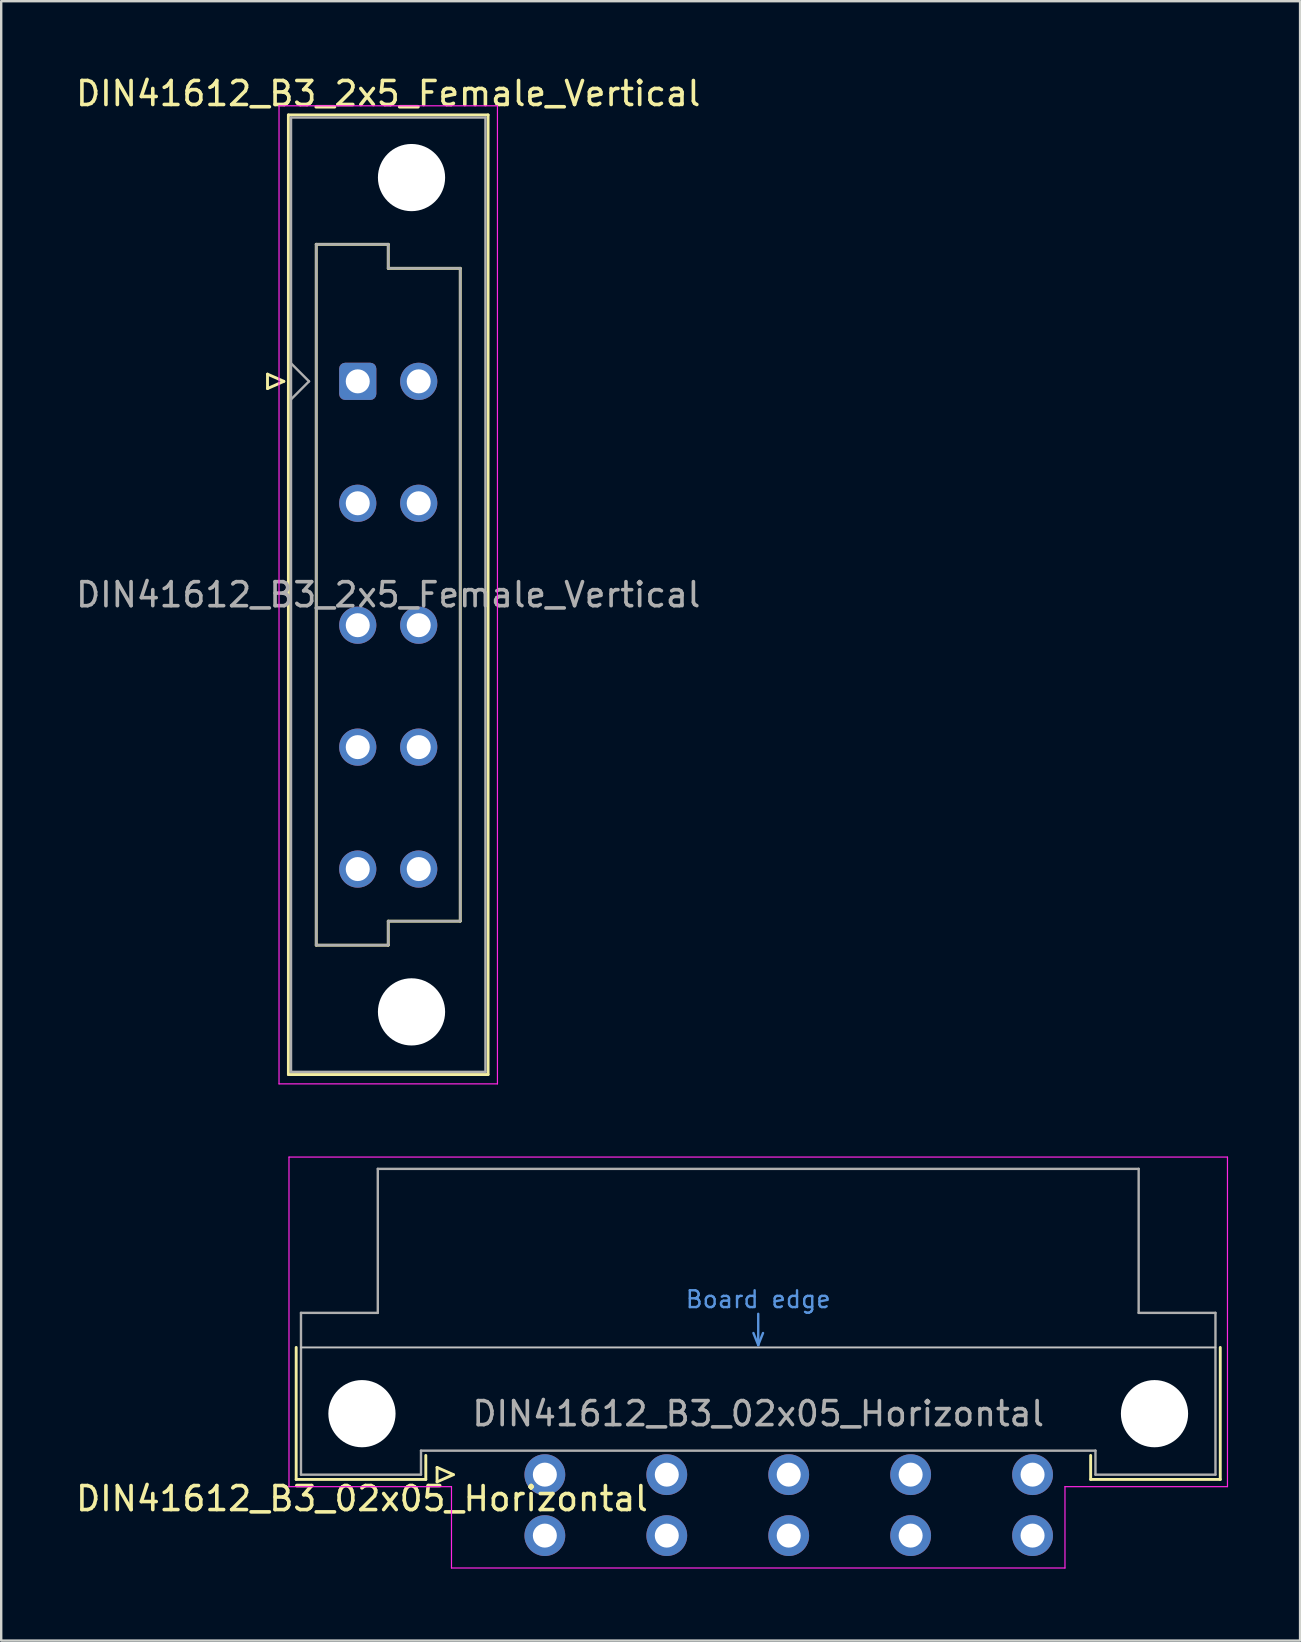
<source format=kicad_pcb>
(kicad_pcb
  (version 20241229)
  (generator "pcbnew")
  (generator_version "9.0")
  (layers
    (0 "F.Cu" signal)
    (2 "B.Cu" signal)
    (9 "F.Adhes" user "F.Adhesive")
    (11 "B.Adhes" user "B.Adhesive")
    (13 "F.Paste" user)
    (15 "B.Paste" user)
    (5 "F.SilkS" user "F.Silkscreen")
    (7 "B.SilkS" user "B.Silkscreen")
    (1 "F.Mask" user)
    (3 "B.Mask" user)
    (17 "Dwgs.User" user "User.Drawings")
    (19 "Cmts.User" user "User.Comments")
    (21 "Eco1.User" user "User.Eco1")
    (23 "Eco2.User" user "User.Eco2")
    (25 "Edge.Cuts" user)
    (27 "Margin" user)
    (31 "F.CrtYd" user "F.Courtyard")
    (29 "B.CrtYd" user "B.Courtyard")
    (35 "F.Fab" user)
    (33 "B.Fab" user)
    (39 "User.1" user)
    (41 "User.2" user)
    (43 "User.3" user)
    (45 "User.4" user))
  (footprint "DIN41612_B3_02x05_Horizontal"
    (layer "F.Cu")
    (at 17.11 58.388)
    (property "Reference" "DIN41612_B3_02x05_Horizontal" (at -5.08 1 0) (layer "F.SilkS") (effects (font (size 1 1) (thickness 0.15))))
    (attr through_hole)
    (fp_line (start -7.82 -5.3) (end -7.82 0.2) (stroke (width 0.12) (type solid)) (layer "F.SilkS"))
    (fp_line (start -7.82 0.2) (end -2.42 0.2) (stroke (width 0.12) (type solid)) (layer "F.SilkS"))
    (fp_line (start -2.42 0.2) (end -2.42 -0.8) (stroke (width 0.12) (type solid)) (layer "F.SilkS"))
    (fp_line (start -1.95 -0.3) (end -1.95 0.3) (stroke (width 0.12) (type solid)) (layer "F.SilkS"))
    (fp_line (start -1.95 0.3) (end -1.27 0) (stroke (width 0.12) (type solid)) (layer "F.SilkS"))
    (fp_line (start -1.27 0) (end -1.95 -0.3) (stroke (width 0.12) (type solid)) (layer "F.SilkS"))
    (fp_line (start 25.28 0.2) (end 25.28 -0.8) (stroke (width 0.12) (type solid)) (layer "F.SilkS"))
    (fp_line (start 30.68 -5.3) (end 30.68 0.2) (stroke (width 0.12) (type solid)) (layer "F.SilkS"))
    (fp_line (start 30.68 0.2) (end 25.28 0.2) (stroke (width 0.12) (type solid)) (layer "F.SilkS"))
    (fp_line (start -7.62 -5.3) (end 30.48 -5.3) (stroke (width 0.08) (type solid)) (layer "Dwgs.User"))
    (fp_line (start 11.23 -5.9) (end 11.43 -5.4) (stroke (width 0.1) (type solid)) (layer "Cmts.User"))
    (fp_line (start 11.43 -5.4) (end 11.43 -6.7) (stroke (width 0.1) (type solid)) (layer "Cmts.User"))
    (fp_line (start 11.43 -5.4) (end 11.63 -5.9) (stroke (width 0.1) (type solid)) (layer "Cmts.User"))
    (fp_line (start -8.12 -13.23) (end -8.12 0.5) (stroke (width 0.05) (type solid)) (layer "F.CrtYd"))
    (fp_line (start -8.12 0.5) (end -1.35 0.5) (stroke (width 0.05) (type solid)) (layer "F.CrtYd"))
    (fp_line (start -1.35 0.5) (end -1.35 3.89) (stroke (width 0.05) (type solid)) (layer "F.CrtYd"))
    (fp_line (start -1.35 3.89) (end 24.21 3.89) (stroke (width 0.05) (type solid)) (layer "F.CrtYd"))
    (fp_line (start 24.21 0.5) (end 30.98 0.5) (stroke (width 0.05) (type solid)) (layer "F.CrtYd"))
    (fp_line (start 24.21 3.89) (end 24.21 0.5) (stroke (width 0.05) (type solid)) (layer "F.CrtYd"))
    (fp_line (start 30.98 -13.23) (end -8.12 -13.23) (stroke (width 0.05) (type solid)) (layer "F.CrtYd"))
    (fp_line (start 30.98 0.5) (end 30.98 -13.23) (stroke (width 0.05) (type solid)) (layer "F.CrtYd"))
    (fp_line (start -7.62 -6.74) (end -7.62 0) (stroke (width 0.1) (type solid)) (layer "F.Fab"))
    (fp_line (start -7.62 0) (end -2.62 0) (stroke (width 0.1) (type solid)) (layer "F.Fab"))
    (fp_line (start -4.42 -12.74) (end -4.42 -6.74) (stroke (width 0.1) (type solid)) (layer "F.Fab"))
    (fp_line (start -4.42 -6.74) (end -7.62 -6.74) (stroke (width 0.1) (type solid)) (layer "F.Fab"))
    (fp_line (start -2.62 -1) (end 25.48 -1) (stroke (width 0.1) (type solid)) (layer "F.Fab"))
    (fp_line (start -2.62 0) (end -2.62 -1) (stroke (width 0.1) (type solid)) (layer "F.Fab"))
    (fp_line (start 25.48 -1) (end 25.48 0) (stroke (width 0.1) (type solid)) (layer "F.Fab"))
    (fp_line (start 25.48 0) (end 30.48 0) (stroke (width 0.1) (type solid)) (layer "F.Fab"))
    (fp_line (start 27.28 -12.74) (end -4.42 -12.74) (stroke (width 0.1) (type solid)) (layer "F.Fab"))
    (fp_line (start 27.28 -6.74) (end 27.28 -12.74) (stroke (width 0.1) (type solid)) (layer "F.Fab"))
    (fp_line (start 30.48 -6.74) (end 27.28 -6.74) (stroke (width 0.1) (type solid)) (layer "F.Fab"))
    (fp_line (start 30.48 0) (end 30.48 -6.74) (stroke (width 0.1) (type solid)) (layer "F.Fab"))
    (fp_text user "Board edge" (at 11.43 -7.3 0) (layer "Cmts.User") (effects (font (size 0.7 0.7) (thickness 0.1))))
    (fp_text user "${REFERENCE}" (at 11.43 -2.54 0) (layer "F.Fab") (effects (font (size 1 1) (thickness 0.15))))
    (pad "" np_thru_hole circle (at -5.08 -2.54) (size 2.8 2.8) (drill 2.8) (layers "*.Cu" "*.Mask"))
    (pad "" np_thru_hole circle (at 27.94 -2.54) (size 2.8 2.8) (drill 2.8) (layers "*.Cu" "*.Mask"))
    (pad "a2" thru_hole circle (at 2.54 0) (size 1.7 1.7) (drill 1) (layers "*.Cu" "*.Mask"))
    (pad "a4" thru_hole circle (at 7.62 0) (size 1.7 1.7) (drill 1) (layers "*.Cu" "*.Mask"))
    (pad "a6" thru_hole circle (at 12.7 0) (size 1.7 1.7) (drill 1) (layers "*.Cu" "*.Mask"))
    (pad "a8" thru_hole circle (at 17.78 0) (size 1.7 1.7) (drill 1) (layers "*.Cu" "*.Mask"))
    (pad "a10" thru_hole circle (at 22.86 0) (size 1.7 1.7) (drill 1) (layers "*.Cu" "*.Mask"))
    (pad "b2" thru_hole circle (at 2.54 2.54) (size 1.7 1.7) (drill 1) (layers "*.Cu" "*.Mask"))
    (pad "b4" thru_hole circle (at 7.62 2.54) (size 1.7 1.7) (drill 1) (layers "*.Cu" "*.Mask"))
    (pad "b6" thru_hole circle (at 12.7 2.54) (size 1.7 1.7) (drill 1) (layers "*.Cu" "*.Mask"))
    (pad "b8" thru_hole circle (at 17.78 2.54) (size 1.7 1.7) (drill 1) (layers "*.Cu" "*.Mask"))
    (pad "b10" thru_hole circle (at 22.86 2.54) (size 1.7 1.7) (drill 1) (layers "*.Cu" "*.Mask")))
  (footprint "DIN41612_B3_2x5_Female_Vertical"
    (layer "F.Cu")
    (at 11.855 10.298)
    (property "Reference" "DIN41612_B3_2x5_Female_Vertical" (at 1.27 -9.45 0) (layer "F.SilkS") (effects (font (size 1 1) (thickness 0.15))))
    (attr through_hole)
    (fp_line (start -3.76 2.24) (end -3.76 2.84) (stroke (width 0.12) (type solid)) (layer "F.SilkS"))
    (fp_line (start -3.76 2.84) (end -3.08 2.54) (stroke (width 0.12) (type solid)) (layer "F.SilkS"))
    (fp_line (start -3.08 2.54) (end -3.76 2.24) (stroke (width 0.12) (type solid)) (layer "F.SilkS"))
    (fp_line (start -2.89 -8.56) (end 5.43 -8.56) (stroke (width 0.12) (type solid)) (layer "F.SilkS"))
    (fp_line (start -2.89 31.42) (end -2.89 -8.56) (stroke (width 0.12) (type solid)) (layer "F.SilkS"))
    (fp_line (start -1.73 -3.17) (end 1.27 -3.17) (stroke (width 0.12) (type solid)) (layer "F.SilkS"))
    (fp_line (start -1.73 26.03) (end -1.73 -3.17) (stroke (width 0.12) (type solid)) (layer "F.SilkS"))
    (fp_line (start 1.27 -3.17) (end 1.27 -2.17) (stroke (width 0.12) (type solid)) (layer "F.SilkS"))
    (fp_line (start 1.27 -2.17) (end 4.27 -2.17) (stroke (width 0.12) (type solid)) (layer "F.SilkS"))
    (fp_line (start 1.27 25.03) (end 1.27 26.03) (stroke (width 0.12) (type solid)) (layer "F.SilkS"))
    (fp_line (start 1.27 26.03) (end -1.73 26.03) (stroke (width 0.12) (type solid)) (layer "F.SilkS"))
    (fp_line (start 4.27 -2.17) (end 4.27 25.03) (stroke (width 0.12) (type solid)) (layer "F.SilkS"))
    (fp_line (start 4.27 25.03) (end 1.27 25.03) (stroke (width 0.12) (type solid)) (layer "F.SilkS"))
    (fp_line (start 5.43 -8.56) (end 5.43 31.42) (stroke (width 0.12) (type solid)) (layer "F.SilkS"))
    (fp_line (start 5.43 31.42) (end -2.89 31.42) (stroke (width 0.12) (type solid)) (layer "F.SilkS"))
    (fp_line (start -3.28 -8.94) (end 5.82 -8.94) (stroke (width 0.05) (type solid)) (layer "F.CrtYd"))
    (fp_line (start -3.28 31.81) (end -3.28 -8.94) (stroke (width 0.05) (type solid)) (layer "F.CrtYd"))
    (fp_line (start 5.82 -8.94) (end 5.82 31.81) (stroke (width 0.05) (type solid)) (layer "F.CrtYd"))
    (fp_line (start 5.82 31.81) (end -3.28 31.81) (stroke (width 0.05) (type solid)) (layer "F.CrtYd"))
    (fp_line (start -2.78 -8.45) (end 5.32 -8.45) (stroke (width 0.1) (type solid)) (layer "F.Fab"))
    (fp_line (start -2.78 1.79) (end -2.03 2.54) (stroke (width 0.1) (type solid)) (layer "F.Fab"))
    (fp_line (start -2.78 31.31) (end -2.78 -8.45) (stroke (width 0.1) (type solid)) (layer "F.Fab"))
    (fp_line (start -2.03 2.54) (end -2.78 3.29) (stroke (width 0.1) (type solid)) (layer "F.Fab"))
    (fp_line (start -1.73 -3.17) (end 1.27 -3.17) (stroke (width 0.1) (type solid)) (layer "F.Fab"))
    (fp_line (start -1.73 26.03) (end -1.73 -3.17) (stroke (width 0.1) (type solid)) (layer "F.Fab"))
    (fp_line (start 1.27 -3.17) (end 1.27 -2.17) (stroke (width 0.1) (type solid)) (layer "F.Fab"))
    (fp_line (start 1.27 -2.17) (end 4.27 -2.17) (stroke (width 0.1) (type solid)) (layer "F.Fab"))
    (fp_line (start 1.27 25.03) (end 1.27 26.03) (stroke (width 0.1) (type solid)) (layer "F.Fab"))
    (fp_line (start 1.27 26.03) (end -1.73 26.03) (stroke (width 0.1) (type solid)) (layer "F.Fab"))
    (fp_line (start 4.27 -2.17) (end 4.27 25.03) (stroke (width 0.1) (type solid)) (layer "F.Fab"))
    (fp_line (start 4.27 25.03) (end 1.27 25.03) (stroke (width 0.1) (type solid)) (layer "F.Fab"))
    (fp_line (start 5.32 -8.45) (end 5.32 31.31) (stroke (width 0.1) (type solid)) (layer "F.Fab"))
    (fp_line (start 5.32 31.31) (end -2.78 31.31) (stroke (width 0.1) (type solid)) (layer "F.Fab"))
    (fp_text user "${REFERENCE}" (at 1.27 11.43 0) (layer "F.Fab") (effects (font (size 1 1) (thickness 0.15))))
    (pad "" np_thru_hole circle (at 2.24 -5.95) (size 2.8 2.8) (drill 2.8) (layers "*.Cu" "*.Mask"))
    (pad "" np_thru_hole circle (at 2.24 28.81) (size 2.8 2.8) (drill 2.8) (layers "*.Cu" "*.Mask"))
    (pad "a2" thru_hole roundrect (at 0 2.54) (size 1.55 1.55) (drill 1) (layers "*.Cu" "*.Mask") (roundrect_rratio 0.161))
    (pad "a4" thru_hole circle (at 0 7.62) (size 1.55 1.55) (drill 1) (layers "*.Cu" "*.Mask"))
    (pad "a6" thru_hole circle (at 0 12.7) (size 1.55 1.55) (drill 1) (layers "*.Cu" "*.Mask"))
    (pad "a8" thru_hole circle (at 0 17.78) (size 1.55 1.55) (drill 1) (layers "*.Cu" "*.Mask"))
    (pad "a10" thru_hole circle (at 0 22.86) (size 1.55 1.55) (drill 1) (layers "*.Cu" "*.Mask"))
    (pad "b2" thru_hole circle (at 2.54 2.54) (size 1.55 1.55) (drill 1) (layers "*.Cu" "*.Mask"))
    (pad "b4" thru_hole circle (at 2.54 7.62) (size 1.55 1.55) (drill 1) (layers "*.Cu" "*.Mask"))
    (pad "b6" thru_hole circle (at 2.54 12.7) (size 1.55 1.55) (drill 1) (layers "*.Cu" "*.Mask"))
    (pad "b8" thru_hole circle (at 2.54 17.78) (size 1.55 1.55) (drill 1) (layers "*.Cu" "*.Mask"))
    (pad "b10" thru_hole circle (at 2.54 22.86) (size 1.55 1.55) (drill 1) (layers "*.Cu" "*.Mask")))
  (gr_rect
    (start -3 -3)
    (end 51.115 65.303)
    (stroke (width 0.1) (type default))
    (fill no)
    (layer "Edge.Cuts")))
</source>
